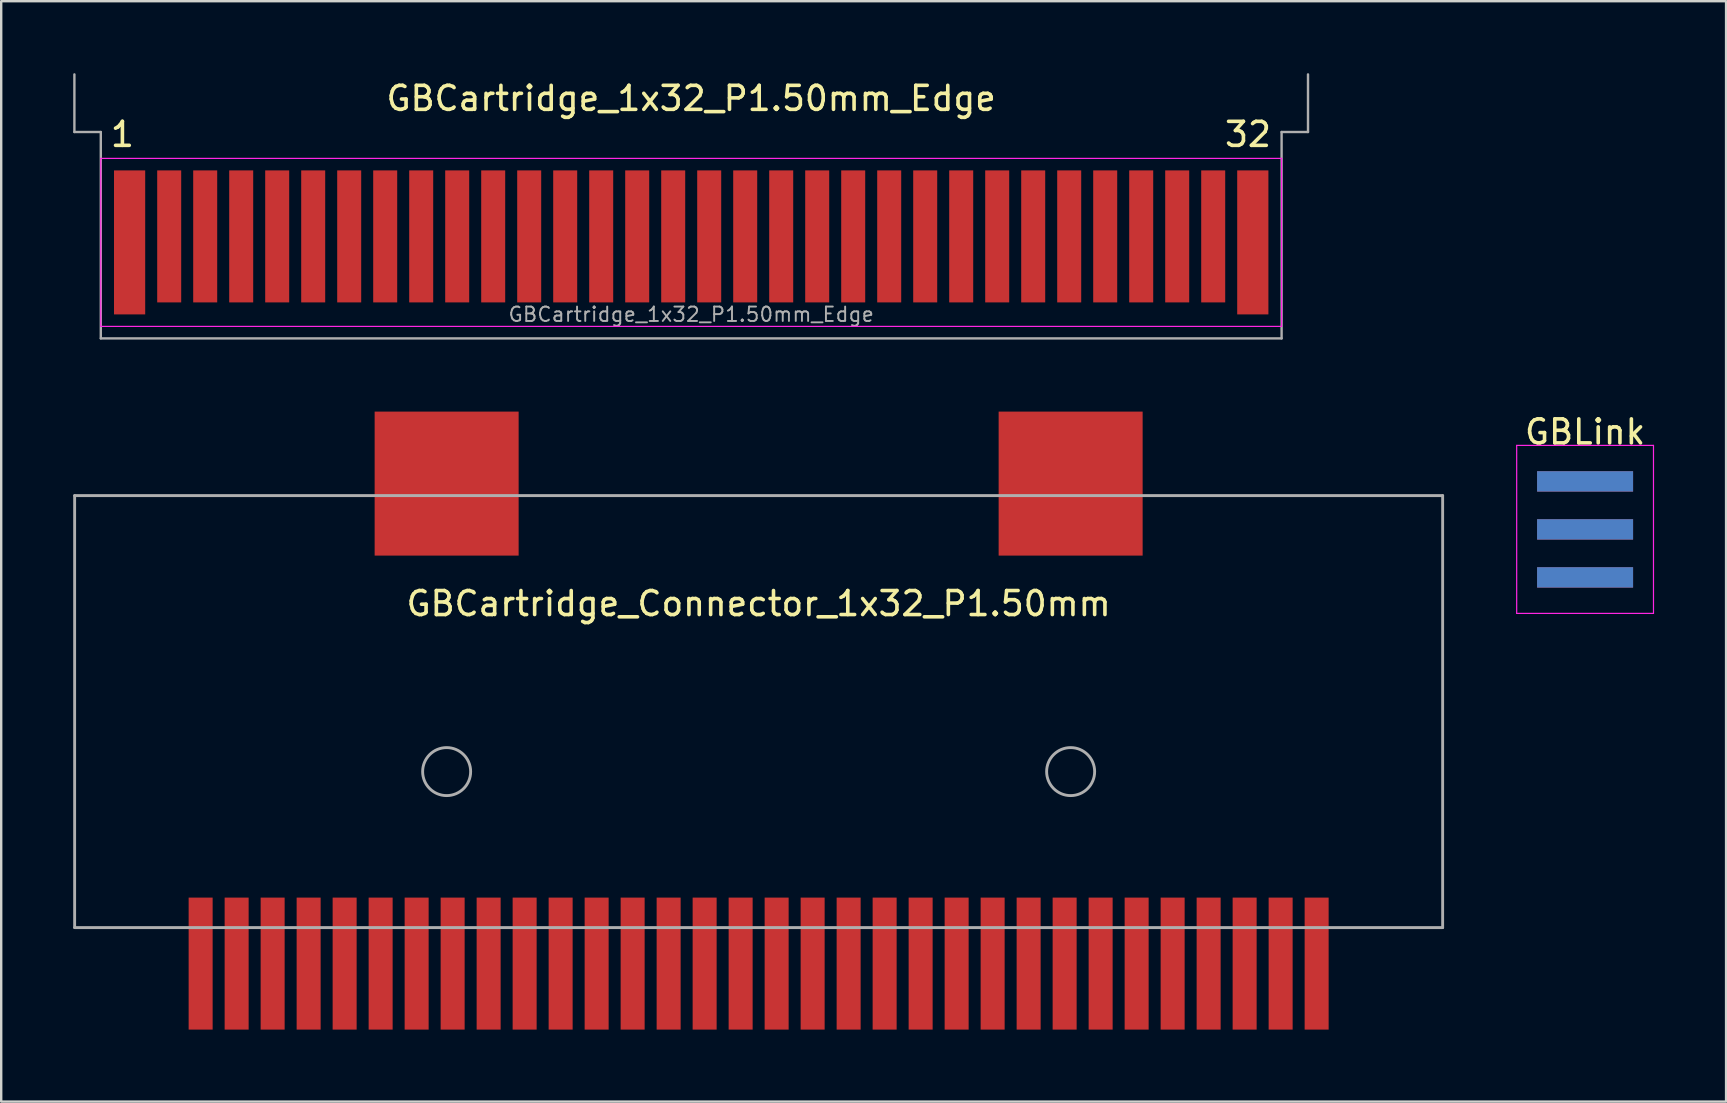
<source format=kicad_pcb>
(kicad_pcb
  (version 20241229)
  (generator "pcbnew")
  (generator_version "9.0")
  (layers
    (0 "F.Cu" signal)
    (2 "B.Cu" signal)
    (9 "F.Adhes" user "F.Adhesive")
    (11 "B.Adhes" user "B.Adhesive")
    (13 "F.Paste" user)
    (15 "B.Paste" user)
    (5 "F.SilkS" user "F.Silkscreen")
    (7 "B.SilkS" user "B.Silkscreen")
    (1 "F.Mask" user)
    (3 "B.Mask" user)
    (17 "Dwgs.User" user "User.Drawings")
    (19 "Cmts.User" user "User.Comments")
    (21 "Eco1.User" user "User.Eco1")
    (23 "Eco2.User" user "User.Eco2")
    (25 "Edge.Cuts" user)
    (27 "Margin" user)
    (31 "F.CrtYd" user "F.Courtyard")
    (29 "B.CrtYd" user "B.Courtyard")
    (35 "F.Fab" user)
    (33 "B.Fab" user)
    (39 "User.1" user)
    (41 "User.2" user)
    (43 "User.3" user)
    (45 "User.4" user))
  (footprint "GBCartridge_Connector_1x32_P1.50mm"
    (layer "F.Cu")
    (at 28.56 28.1)
    (property "Reference" "GBCartridge_Connector_1x32_P1.50mm" (at 0 -6 0) (layer "F.SilkS") (effects (font (size 1 1) (thickness 0.15))))
    (attr exclude_from_pos_files exclude_from_bom)
    (fp_line (start -28.5 -10.5) (end 28.5 -10.5) (stroke (width 0.12) (type solid)) (layer "F.Fab"))
    (fp_line (start -28.5 7.5) (end -28.5 -10.5) (stroke (width 0.12) (type solid)) (layer "F.Fab"))
    (fp_line (start 28.5 7.5) (end -28.5 7.5) (stroke (width 0.12) (type solid)) (layer "F.Fab"))
    (fp_line (start 28.5 7.5) (end 28.5 -10.5) (stroke (width 0.12) (type solid)) (layer "F.Fab"))
    (fp_circle (center -13 1) (end -12 1) (stroke (width 0.12) (type solid)) (fill no) (layer "F.Fab"))
    (fp_circle (center 13 1) (end 14 1) (stroke (width 0.12) (type solid)) (fill no) (layer "F.Fab"))
    (pad "1" connect rect (at -23.25 9 90) (size 5.5 1) (layers "F.Cu" "F.Mask"))
    (pad "2" connect rect (at -21.75 9 90) (size 5.5 1) (layers "F.Cu" "F.Mask"))
    (pad "3" connect rect (at -20.25 9 90) (size 5.5 1) (layers "F.Cu" "F.Mask"))
    (pad "4" connect rect (at -18.75 9 90) (size 5.5 1) (layers "F.Cu" "F.Mask"))
    (pad "5" connect rect (at -17.25 9 90) (size 5.5 1) (layers "F.Cu" "F.Mask"))
    (pad "6" connect rect (at -15.75 9 90) (size 5.5 1) (layers "F.Cu" "F.Mask"))
    (pad "7" connect rect (at -14.25 9 90) (size 5.5 1) (layers "F.Cu" "F.Mask"))
    (pad "8" connect rect (at -12.75 9 90) (size 5.5 1) (layers "F.Cu" "F.Mask"))
    (pad "9" connect rect (at -11.25 9 90) (size 5.5 1) (layers "F.Cu" "F.Mask"))
    (pad "10" connect rect (at -9.75 9 90) (size 5.5 1) (layers "F.Cu" "F.Mask"))
    (pad "11" connect rect (at -8.25 9 90) (size 5.5 1) (layers "F.Cu" "F.Mask"))
    (pad "12" connect rect (at -6.75 9 90) (size 5.5 1) (layers "F.Cu" "F.Mask"))
    (pad "13" connect rect (at -5.25 9 90) (size 5.5 1) (layers "F.Cu" "F.Mask"))
    (pad "14" connect rect (at -3.75 9 90) (size 5.5 1) (layers "F.Cu" "F.Mask"))
    (pad "15" connect rect (at -2.25 9 90) (size 5.5 1) (layers "F.Cu" "F.Mask"))
    (pad "16" connect rect (at -0.75 9 90) (size 5.5 1) (layers "F.Cu" "F.Mask"))
    (pad "17" connect rect (at 0.75 9 90) (size 5.5 1) (layers "F.Cu" "F.Mask"))
    (pad "18" connect rect (at 2.25 9 90) (size 5.5 1) (layers "F.Cu" "F.Mask"))
    (pad "19" connect rect (at 3.75 9 90) (size 5.5 1) (layers "F.Cu" "F.Mask"))
    (pad "20" connect rect (at 5.25 9 90) (size 5.5 1) (layers "F.Cu" "F.Mask"))
    (pad "21" connect rect (at 6.75 9 90) (size 5.5 1) (layers "F.Cu" "F.Mask"))
    (pad "22" connect rect (at 8.25 9 90) (size 5.5 1) (layers "F.Cu" "F.Mask"))
    (pad "23" connect rect (at 9.75 9 90) (size 5.5 1) (layers "F.Cu" "F.Mask"))
    (pad "24" connect rect (at 11.25 9 90) (size 5.5 1) (layers "F.Cu" "F.Mask"))
    (pad "25" connect rect (at 12.75 9 90) (size 5.5 1) (layers "F.Cu" "F.Mask"))
    (pad "26" connect rect (at 14.25 9 90) (size 5.5 1) (layers "F.Cu" "F.Mask"))
    (pad "27" connect rect (at 15.75 9 90) (size 5.5 1) (layers "F.Cu" "F.Mask"))
    (pad "28" connect rect (at 17.25 9 90) (size 5.5 1) (layers "F.Cu" "F.Mask"))
    (pad "29" connect rect (at 18.75 9 90) (size 5.5 1) (layers "F.Cu" "F.Mask"))
    (pad "30" connect rect (at 20.25 9 90) (size 5.5 1) (layers "F.Cu" "F.Mask"))
    (pad "31" connect rect (at 21.75 9 90) (size 5.5 1) (layers "F.Cu" "F.Mask"))
    (pad "32" connect rect (at 23.25 9 90) (size 5.5 1) (layers "F.Cu" "F.Mask"))
    (pad "33" connect rect (at -13 -11 90) (size 6 6) (layers "F.Cu" "F.Mask"))
    (pad "33" connect rect (at 13 -11 90) (size 6 6) (layers "F.Cu" "F.Mask")))
  (footprint "GBLink"
    (layer "F.Cu")
    (at 62.995 19.008)
    (property "Reference" "GBLink" (at 0 -4.06 0) (layer "F.SilkS") (effects (font (size 1 1) (thickness 0.15))))
    (attr smd)
    (fp_line (start -2.85 -3.5) (end -2.85 3.5) (stroke (width 0.05) (type solid)) (layer "F.CrtYd"))
    (fp_line (start -2.85 3.5) (end 2.85 3.5) (stroke (width 0.05) (type solid)) (layer "F.CrtYd"))
    (fp_line (start 2.85 -3.5) (end -2.85 -3.5) (stroke (width 0.05) (type solid)) (layer "F.CrtYd"))
    (fp_line (start 2.85 3.5) (end 2.85 -3.5) (stroke (width 0.05) (type solid)) (layer "F.CrtYd"))
    (pad "1" smd rect (at 0 -2) (size 4 0.85) (layers "F.Cu" "F.Mask" "F.Paste"))
    (pad "2" smd rect (at 0 0) (size 4 0.85) (layers "F.Cu" "F.Mask" "F.Paste"))
    (pad "3" smd rect (at 0 2) (size 4 0.85) (layers "F.Cu" "F.Mask" "F.Paste"))
    (pad "4" smd rect (at 0 -2) (size 4 0.85) (layers "B.Cu" "B.Mask" "B.Paste"))
    (pad "5" smd rect (at 0 0) (size 4 0.85) (layers "B.Cu" "B.Mask" "B.Paste"))
    (pad "6" smd rect (at 0 2) (size 4 0.85) (layers "B.Cu" "B.Mask" "B.Paste")))
  (footprint "GBCartridge_1x32_P1.50mm_Edge"
    (layer "F.Cu")
    (at 25.75 7.05)
    (property "Reference" "GBCartridge_1x32_P1.50mm_Edge" (at 0 -6 0) (layer "F.SilkS") (effects (font (size 1 1) (thickness 0.15))))
    (attr exclude_from_pos_files exclude_from_bom)
    (fp_line (start -24.6 -3.5) (end 24.6 -3.5) (stroke (width 0.05) (type solid)) (layer "F.CrtYd"))
    (fp_line (start -24.6 3.5) (end -24.6 -3.5) (stroke (width 0.05) (type solid)) (layer "F.CrtYd"))
    (fp_line (start 24.6 -3.5) (end 24.6 3.5) (stroke (width 0.05) (type solid)) (layer "F.CrtYd"))
    (fp_line (start 24.6 3.5) (end -24.6 3.5) (stroke (width 0.05) (type solid)) (layer "F.CrtYd"))
    (fp_line (start -25.7 -4.6) (end -25.7 -7) (stroke (width 0.1) (type solid)) (layer "F.Fab"))
    (fp_line (start -24.6 -4.6) (end -25.7 -4.6) (stroke (width 0.1) (type solid)) (layer "F.Fab"))
    (fp_line (start -24.6 4) (end -24.6 -4.6) (stroke (width 0.1) (type solid)) (layer "F.Fab"))
    (fp_line (start -24.6 4) (end 24.6 4) (stroke (width 0.1) (type solid)) (layer "F.Fab"))
    (fp_line (start 24.6 -4.6) (end 25.7 -4.6) (stroke (width 0.1) (type solid)) (layer "F.Fab"))
    (fp_line (start 24.6 4) (end 24.6 -4.6) (stroke (width 0.1) (type solid)) (layer "F.Fab"))
    (fp_line (start 25.7 -4.6) (end 25.7 -7) (stroke (width 0.1) (type solid)) (layer "F.Fab"))
    (fp_text user "1" (at -23.7 -4.5 0) (layer "F.SilkS") (effects (font (size 1 1) (thickness 0.15))))
    (fp_text user "32" (at 23.2 -4.5 0) (layer "F.SilkS") (effects (font (size 1 1) (thickness 0.15))))
    (fp_text user "${REFERENCE}" (at 0 3 0) (layer "F.Fab") (effects (font (size 0.6 0.6) (thickness 0.08))))
    (pad "1" connect rect (at -23.4 0 90) (size 6 1.3) (layers "F.Cu" "F.Mask"))
    (pad "2" connect rect (at -21.75 -0.25 90) (size 5.5 1) (layers "F.Cu" "F.Mask"))
    (pad "3" connect rect (at -20.25 -0.25 90) (size 5.5 1) (layers "F.Cu" "F.Mask"))
    (pad "4" connect rect (at -18.75 -0.25 90) (size 5.5 1) (layers "F.Cu" "F.Mask"))
    (pad "5" connect rect (at -17.25 -0.25 90) (size 5.5 1) (layers "F.Cu" "F.Mask"))
    (pad "6" connect rect (at -15.75 -0.25 90) (size 5.5 1) (layers "F.Cu" "F.Mask"))
    (pad "7" connect rect (at -14.25 -0.25 90) (size 5.5 1) (layers "F.Cu" "F.Mask"))
    (pad "8" connect rect (at -12.75 -0.25 90) (size 5.5 1) (layers "F.Cu" "F.Mask"))
    (pad "9" connect rect (at -11.25 -0.25 90) (size 5.5 1) (layers "F.Cu" "F.Mask"))
    (pad "10" connect rect (at -9.75 -0.25 90) (size 5.5 1) (layers "F.Cu" "F.Mask"))
    (pad "11" connect rect (at -8.25 -0.25 90) (size 5.5 1) (layers "F.Cu" "F.Mask"))
    (pad "12" connect rect (at -6.75 -0.25 90) (size 5.5 1) (layers "F.Cu" "F.Mask"))
    (pad "13" connect rect (at -5.25 -0.25 90) (size 5.5 1) (layers "F.Cu" "F.Mask"))
    (pad "14" connect rect (at -3.75 -0.25 90) (size 5.5 1) (layers "F.Cu" "F.Mask"))
    (pad "15" connect rect (at -2.25 -0.25 90) (size 5.5 1) (layers "F.Cu" "F.Mask"))
    (pad "16" connect rect (at -0.75 -0.25 90) (size 5.5 1) (layers "F.Cu" "F.Mask"))
    (pad "17" connect rect (at 0.75 -0.25 90) (size 5.5 1) (layers "F.Cu" "F.Mask"))
    (pad "18" connect rect (at 2.25 -0.25 90) (size 5.5 1) (layers "F.Cu" "F.Mask"))
    (pad "19" connect rect (at 3.75 -0.25 90) (size 5.5 1) (layers "F.Cu" "F.Mask"))
    (pad "20" connect rect (at 5.25 -0.25 90) (size 5.5 1) (layers "F.Cu" "F.Mask"))
    (pad "21" connect rect (at 6.75 -0.25 90) (size 5.5 1) (layers "F.Cu" "F.Mask"))
    (pad "22" connect rect (at 8.25 -0.25 90) (size 5.5 1) (layers "F.Cu" "F.Mask"))
    (pad "23" connect rect (at 9.75 -0.25 90) (size 5.5 1) (layers "F.Cu" "F.Mask"))
    (pad "24" connect rect (at 11.25 -0.25 90) (size 5.5 1) (layers "F.Cu" "F.Mask"))
    (pad "25" connect rect (at 12.75 -0.25 90) (size 5.5 1) (layers "F.Cu" "F.Mask"))
    (pad "26" connect rect (at 14.25 -0.25 90) (size 5.5 1) (layers "F.Cu" "F.Mask"))
    (pad "27" connect rect (at 15.75 -0.25 90) (size 5.5 1) (layers "F.Cu" "F.Mask"))
    (pad "28" connect rect (at 17.25 -0.25 90) (size 5.5 1) (layers "F.Cu" "F.Mask"))
    (pad "29" connect rect (at 18.75 -0.25 90) (size 5.5 1) (layers "F.Cu" "F.Mask"))
    (pad "30" connect rect (at 20.25 -0.25 90) (size 5.5 1) (layers "F.Cu" "F.Mask"))
    (pad "31" connect rect (at 21.75 -0.25 90) (size 5.5 1) (layers "F.Cu" "F.Mask"))
    (pad "32" connect rect (at 23.4 0 90) (size 6 1.3) (layers "F.Cu" "F.Mask")))
  (gr_rect
    (start -3 -3)
    (end 68.87 42.85)
    (stroke (width 0.1) (type default))
    (fill no)
    (layer "Edge.Cuts")))
</source>
